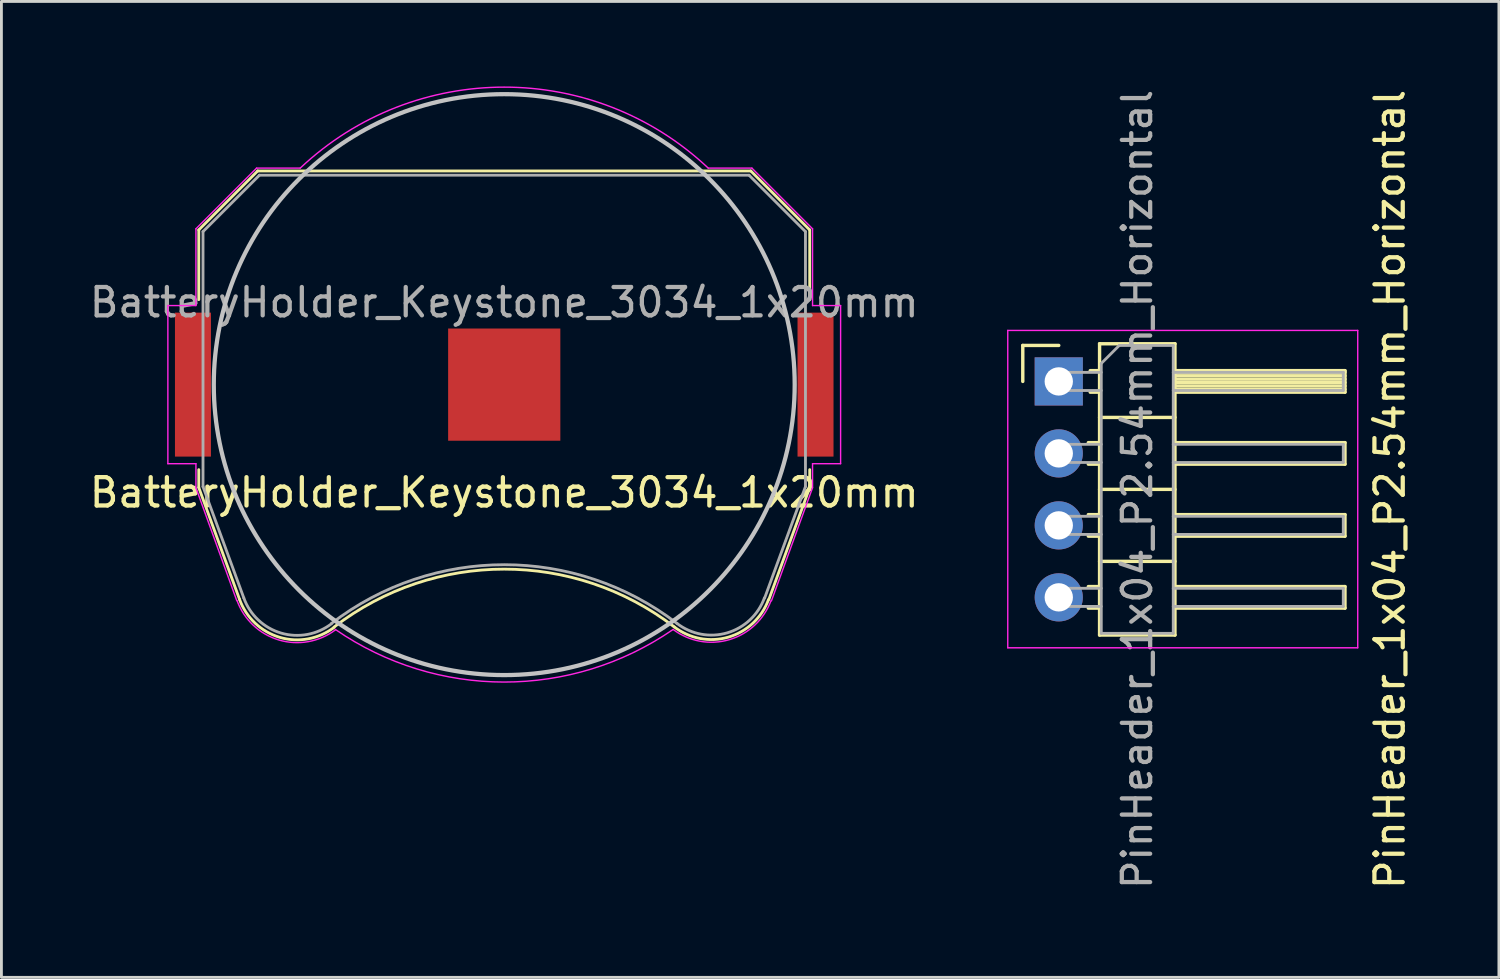
<source format=kicad_pcb>
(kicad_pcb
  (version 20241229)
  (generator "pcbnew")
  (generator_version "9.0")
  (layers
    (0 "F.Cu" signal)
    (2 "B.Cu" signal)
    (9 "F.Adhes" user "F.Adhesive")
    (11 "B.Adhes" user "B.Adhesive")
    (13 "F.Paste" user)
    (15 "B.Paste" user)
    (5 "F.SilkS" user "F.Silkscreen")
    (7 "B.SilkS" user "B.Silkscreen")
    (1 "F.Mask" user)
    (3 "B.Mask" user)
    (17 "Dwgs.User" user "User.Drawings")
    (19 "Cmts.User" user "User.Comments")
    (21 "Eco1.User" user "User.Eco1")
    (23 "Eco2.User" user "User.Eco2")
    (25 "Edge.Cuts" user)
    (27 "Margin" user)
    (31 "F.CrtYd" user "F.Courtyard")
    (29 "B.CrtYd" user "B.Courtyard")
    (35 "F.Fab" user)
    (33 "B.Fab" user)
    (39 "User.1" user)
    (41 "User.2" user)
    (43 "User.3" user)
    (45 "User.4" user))
  (footprint "BatteryHolder_Keystone_3034_1x20mm"
    (layer "F.Cu")
    (at 14.744 10.523)
    (property "Reference" "BatteryHolder_Keystone_3034_1x20mm" (at 0 3.81 0) (layer "F.SilkS") (effects (font (size 1 1) (thickness 0.15))))
    (attr smd)
    (fp_line (start -10.78 -5.46) (end -10.78 -3) (stroke (width 0.1) (type solid)) (layer "F.SilkS"))
    (fp_line (start -10.78 3) (end -10.78 3.63) (stroke (width 0.1) (type solid)) (layer "F.SilkS"))
    (fp_line (start -10.78 3.63) (end -9.34 7.58) (stroke (width 0.1) (type solid)) (layer "F.SilkS"))
    (fp_line (start -8.7 -7.54) (end -10.78 -5.46) (stroke (width 0.1) (type solid)) (layer "F.SilkS"))
    (fp_line (start 8.7 -7.54) (end -8.7 -7.54) (stroke (width 0.1) (type solid)) (layer "F.SilkS"))
    (fp_line (start 8.7 -7.54) (end 10.78 -5.46) (stroke (width 0.1) (type solid)) (layer "F.SilkS"))
    (fp_line (start 10.78 -5.46) (end 10.78 -3) (stroke (width 0.1) (type solid)) (layer "F.SilkS"))
    (fp_line (start 10.78 3) (end 10.78 3.63) (stroke (width 0.1) (type solid)) (layer "F.SilkS"))
    (fp_line (start 10.78 3.63) (end 9.34 7.58) (stroke (width 0.1) (type solid)) (layer "F.SilkS"))
    (fp_arc (start -6.0046 8.553536) (mid -0.002901 6.511341) (end 6 8.55) (stroke (width 0.1) (type solid)) (layer "F.SilkS"))
    (fp_arc (start -6.003354 8.56653) (mid -7.921654 8.918738) (end -9.34 7.58) (stroke (width 0.1) (type solid)) (layer "F.SilkS"))
    (fp_arc (start 9.325243 7.588169) (mid 7.90634 8.911668) (end 6 8.55) (stroke (width 0.1) (type solid)) (layer "F.SilkS"))
    (fp_circle (center 0 0) (end 0 10.25) (stroke (width 0.15) (type solid)) (fill no) (layer "Dwgs.User"))
    (fp_line (start -11.87 -2.79) (end -11.87 2.79) (stroke (width 0.05) (type solid)) (layer "F.CrtYd"))
    (fp_line (start -11.87 2.79) (end -10.88 2.79) (stroke (width 0.05) (type solid)) (layer "F.CrtYd"))
    (fp_line (start -10.88 -5.5) (end -10.88 -2.79) (stroke (width 0.05) (type solid)) (layer "F.CrtYd"))
    (fp_line (start -10.88 -2.79) (end -11.87 -2.79) (stroke (width 0.05) (type solid)) (layer "F.CrtYd"))
    (fp_line (start -10.88 2.79) (end -10.88 3.64) (stroke (width 0.05) (type solid)) (layer "F.CrtYd"))
    (fp_line (start -10.88 3.64) (end -9.44 7.62) (stroke (width 0.05) (type solid)) (layer "F.CrtYd"))
    (fp_line (start -8.74 -7.64) (end -10.88 -5.5) (stroke (width 0.05) (type solid)) (layer "F.CrtYd"))
    (fp_line (start -7.2 -7.64) (end -8.74 -7.64) (stroke (width 0.05) (type solid)) (layer "F.CrtYd"))
    (fp_line (start 8.74 -7.64) (end 7.2 -7.64) (stroke (width 0.05) (type solid)) (layer "F.CrtYd"))
    (fp_line (start 9.43 7.63) (end 10.88 3.64) (stroke (width 0.05) (type solid)) (layer "F.CrtYd"))
    (fp_line (start 10.88 -5.5) (end 8.74 -7.64) (stroke (width 0.05) (type solid)) (layer "F.CrtYd"))
    (fp_line (start 10.88 -2.79) (end 10.88 -5.5) (stroke (width 0.05) (type solid)) (layer "F.CrtYd"))
    (fp_line (start 10.88 2.79) (end 11.87 2.79) (stroke (width 0.05) (type solid)) (layer "F.CrtYd"))
    (fp_line (start 10.88 3.64) (end 10.88 2.79) (stroke (width 0.05) (type solid)) (layer "F.CrtYd"))
    (fp_line (start 11.87 -2.79) (end 10.88 -2.79) (stroke (width 0.05) (type solid)) (layer "F.CrtYd"))
    (fp_line (start 11.87 2.79) (end 11.87 -2.79) (stroke (width 0.05) (type solid)) (layer "F.CrtYd"))
    (fp_arc (start -7.199546 -7.640427) (mid 0.000312 -10.498075) (end 7.2 -7.64) (stroke (width 0.05) (type solid)) (layer "F.CrtYd"))
    (fp_arc (start -5.956965 8.654604) (mid -7.953941 9.011629) (end -9.43 7.62) (stroke (width 0.05) (type solid)) (layer "F.CrtYd"))
    (fp_arc (start 5.945368 8.650075) (mid -0.008883 10.496243) (end -5.96 8.64) (stroke (width 0.05) (type solid)) (layer "F.CrtYd"))
    (fp_arc (start 9.415144 7.621341) (mid 7.944017 9.000493) (end 5.96 8.64) (stroke (width 0.05) (type solid)) (layer "F.CrtYd"))
    (fp_line (start -10.63 -5.4) (end -8.64 -7.39) (stroke (width 0.1) (type solid)) (layer "F.Fab"))
    (fp_line (start -10.63 3.6) (end -10.63 -5.4) (stroke (width 0.1) (type solid)) (layer "F.Fab"))
    (fp_line (start -9.19 7.53) (end -10.63 3.6) (stroke (width 0.1) (type solid)) (layer "F.Fab"))
    (fp_line (start -8.64 -7.39) (end 8.64 -7.39) (stroke (width 0.1) (type solid)) (layer "F.Fab"))
    (fp_line (start 8.64 -7.39) (end 10.63 -5.4) (stroke (width 0.1) (type solid)) (layer "F.Fab"))
    (fp_line (start 10.63 -5.4) (end 10.63 3.6) (stroke (width 0.1) (type solid)) (layer "F.Fab"))
    (fp_line (start 10.63 3.6) (end 9.19 7.53) (stroke (width 0.1) (type solid)) (layer "F.Fab"))
    (fp_arc (start -6.096146 8.438508) (mid -7.87328 8.768206) (end -9.19 7.53) (stroke (width 0.1) (type solid)) (layer "F.Fab"))
    (fp_arc (start -6.094852 8.426043) (mid 0.003247 6.355257) (end 6.1 8.43) (stroke (width 0.1) (type solid)) (layer "F.Fab"))
    (fp_arc (start 9.180727 7.528882) (mid 7.868698 8.760067) (end 6.1 8.43) (stroke (width 0.1) (type solid)) (layer "F.Fab"))
    (fp_text user "${REFERENCE}" (at 0 -2.9 0) (layer "F.Fab") (effects (font (size 1 1) (thickness 0.15))))
    (pad "1" smd rect (at -10.985 0) (size 1.27 5.08) (layers "F.Cu" "F.Mask" "F.Paste"))
    (pad "1" smd rect (at 10.985 0) (size 1.27 5.08) (layers "F.Cu" "F.Mask" "F.Paste"))
    (pad "2" smd rect (at 0 0) (size 3.96 3.96) (layers "F.Cu" "F.Mask" "F.Paste")))
  (footprint "PinHeader_1x04_P2.54mm_Horizontal"
    (layer "F.Cu")
    (at 34.313 10.41)
    (property "Reference" "PinHeader_1x04_P2.54mm_Horizontal" (at 11.684 3.81 270) (layer "F.SilkS") (effects (font (size 1 1) (thickness 0.15))))
    (attr through_hole)
    (fp_line (start -1.27 -1.27) (end 0 -1.27) (stroke (width 0.12) (type solid)) (layer "F.SilkS"))
    (fp_line (start -1.27 0) (end -1.27 -1.27) (stroke (width 0.12) (type solid)) (layer "F.SilkS"))
    (fp_line (start 1.043 2.16) (end 1.44 2.16) (stroke (width 0.12) (type solid)) (layer "F.SilkS"))
    (fp_line (start 1.043 2.92) (end 1.44 2.92) (stroke (width 0.12) (type solid)) (layer "F.SilkS"))
    (fp_line (start 1.043 4.7) (end 1.44 4.7) (stroke (width 0.12) (type solid)) (layer "F.SilkS"))
    (fp_line (start 1.043 5.46) (end 1.44 5.46) (stroke (width 0.12) (type solid)) (layer "F.SilkS"))
    (fp_line (start 1.043 7.24) (end 1.44 7.24) (stroke (width 0.12) (type solid)) (layer "F.SilkS"))
    (fp_line (start 1.043 8) (end 1.44 8) (stroke (width 0.12) (type solid)) (layer "F.SilkS"))
    (fp_line (start 1.11 -0.38) (end 1.44 -0.38) (stroke (width 0.12) (type solid)) (layer "F.SilkS"))
    (fp_line (start 1.11 0.38) (end 1.44 0.38) (stroke (width 0.12) (type solid)) (layer "F.SilkS"))
    (fp_line (start 1.44 -1.33) (end 1.44 8.95) (stroke (width 0.12) (type solid)) (layer "F.SilkS"))
    (fp_line (start 1.44 1.27) (end 4.1 1.27) (stroke (width 0.12) (type solid)) (layer "F.SilkS"))
    (fp_line (start 1.44 3.81) (end 4.1 3.81) (stroke (width 0.12) (type solid)) (layer "F.SilkS"))
    (fp_line (start 1.44 6.35) (end 4.1 6.35) (stroke (width 0.12) (type solid)) (layer "F.SilkS"))
    (fp_line (start 1.44 8.95) (end 4.1 8.95) (stroke (width 0.12) (type solid)) (layer "F.SilkS"))
    (fp_line (start 4.1 -1.33) (end 1.44 -1.33) (stroke (width 0.12) (type solid)) (layer "F.SilkS"))
    (fp_line (start 4.1 -0.38) (end 10.1 -0.38) (stroke (width 0.12) (type solid)) (layer "F.SilkS"))
    (fp_line (start 4.1 -0.32) (end 10.1 -0.32) (stroke (width 0.12) (type solid)) (layer "F.SilkS"))
    (fp_line (start 4.1 -0.2) (end 10.1 -0.2) (stroke (width 0.12) (type solid)) (layer "F.SilkS"))
    (fp_line (start 4.1 -0.08) (end 10.1 -0.08) (stroke (width 0.12) (type solid)) (layer "F.SilkS"))
    (fp_line (start 4.1 0.04) (end 10.1 0.04) (stroke (width 0.12) (type solid)) (layer "F.SilkS"))
    (fp_line (start 4.1 0.16) (end 10.1 0.16) (stroke (width 0.12) (type solid)) (layer "F.SilkS"))
    (fp_line (start 4.1 0.28) (end 10.1 0.28) (stroke (width 0.12) (type solid)) (layer "F.SilkS"))
    (fp_line (start 4.1 2.16) (end 10.1 2.16) (stroke (width 0.12) (type solid)) (layer "F.SilkS"))
    (fp_line (start 4.1 4.7) (end 10.1 4.7) (stroke (width 0.12) (type solid)) (layer "F.SilkS"))
    (fp_line (start 4.1 7.24) (end 10.1 7.24) (stroke (width 0.12) (type solid)) (layer "F.SilkS"))
    (fp_line (start 4.1 8.95) (end 4.1 -1.33) (stroke (width 0.12) (type solid)) (layer "F.SilkS"))
    (fp_line (start 10.1 -0.38) (end 10.1 0.38) (stroke (width 0.12) (type solid)) (layer "F.SilkS"))
    (fp_line (start 10.1 0.38) (end 4.1 0.38) (stroke (width 0.12) (type solid)) (layer "F.SilkS"))
    (fp_line (start 10.1 2.16) (end 10.1 2.92) (stroke (width 0.12) (type solid)) (layer "F.SilkS"))
    (fp_line (start 10.1 2.92) (end 4.1 2.92) (stroke (width 0.12) (type solid)) (layer "F.SilkS"))
    (fp_line (start 10.1 4.7) (end 10.1 5.46) (stroke (width 0.12) (type solid)) (layer "F.SilkS"))
    (fp_line (start 10.1 5.46) (end 4.1 5.46) (stroke (width 0.12) (type solid)) (layer "F.SilkS"))
    (fp_line (start 10.1 7.24) (end 10.1 8) (stroke (width 0.12) (type solid)) (layer "F.SilkS"))
    (fp_line (start 10.1 8) (end 4.1 8) (stroke (width 0.12) (type solid)) (layer "F.SilkS"))
    (fp_line (start -1.8 -1.8) (end -1.8 9.4) (stroke (width 0.05) (type solid)) (layer "F.CrtYd"))
    (fp_line (start -1.8 9.4) (end 10.55 9.4) (stroke (width 0.05) (type solid)) (layer "F.CrtYd"))
    (fp_line (start 10.55 -1.8) (end -1.8 -1.8) (stroke (width 0.05) (type solid)) (layer "F.CrtYd"))
    (fp_line (start 10.55 9.4) (end 10.55 -1.8) (stroke (width 0.05) (type solid)) (layer "F.CrtYd"))
    (fp_line (start -0.32 -0.32) (end -0.32 0.32) (stroke (width 0.1) (type solid)) (layer "F.Fab"))
    (fp_line (start -0.32 -0.32) (end 1.5 -0.32) (stroke (width 0.1) (type solid)) (layer "F.Fab"))
    (fp_line (start -0.32 0.32) (end 1.5 0.32) (stroke (width 0.1) (type solid)) (layer "F.Fab"))
    (fp_line (start -0.32 2.22) (end -0.32 2.86) (stroke (width 0.1) (type solid)) (layer "F.Fab"))
    (fp_line (start -0.32 2.22) (end 1.5 2.22) (stroke (width 0.1) (type solid)) (layer "F.Fab"))
    (fp_line (start -0.32 2.86) (end 1.5 2.86) (stroke (width 0.1) (type solid)) (layer "F.Fab"))
    (fp_line (start -0.32 4.76) (end -0.32 5.4) (stroke (width 0.1) (type solid)) (layer "F.Fab"))
    (fp_line (start -0.32 4.76) (end 1.5 4.76) (stroke (width 0.1) (type solid)) (layer "F.Fab"))
    (fp_line (start -0.32 5.4) (end 1.5 5.4) (stroke (width 0.1) (type solid)) (layer "F.Fab"))
    (fp_line (start -0.32 7.3) (end -0.32 7.94) (stroke (width 0.1) (type solid)) (layer "F.Fab"))
    (fp_line (start -0.32 7.3) (end 1.5 7.3) (stroke (width 0.1) (type solid)) (layer "F.Fab"))
    (fp_line (start -0.32 7.94) (end 1.5 7.94) (stroke (width 0.1) (type solid)) (layer "F.Fab"))
    (fp_line (start 1.5 -0.635) (end 2.135 -1.27) (stroke (width 0.1) (type solid)) (layer "F.Fab"))
    (fp_line (start 1.5 8.89) (end 1.5 -0.635) (stroke (width 0.1) (type solid)) (layer "F.Fab"))
    (fp_line (start 2.135 -1.27) (end 4.04 -1.27) (stroke (width 0.1) (type solid)) (layer "F.Fab"))
    (fp_line (start 4.04 -1.27) (end 4.04 8.89) (stroke (width 0.1) (type solid)) (layer "F.Fab"))
    (fp_line (start 4.04 -0.32) (end 10.04 -0.32) (stroke (width 0.1) (type solid)) (layer "F.Fab"))
    (fp_line (start 4.04 0.32) (end 10.04 0.32) (stroke (width 0.1) (type solid)) (layer "F.Fab"))
    (fp_line (start 4.04 2.22) (end 10.04 2.22) (stroke (width 0.1) (type solid)) (layer "F.Fab"))
    (fp_line (start 4.04 2.86) (end 10.04 2.86) (stroke (width 0.1) (type solid)) (layer "F.Fab"))
    (fp_line (start 4.04 4.76) (end 10.04 4.76) (stroke (width 0.1) (type solid)) (layer "F.Fab"))
    (fp_line (start 4.04 5.4) (end 10.04 5.4) (stroke (width 0.1) (type solid)) (layer "F.Fab"))
    (fp_line (start 4.04 7.3) (end 10.04 7.3) (stroke (width 0.1) (type solid)) (layer "F.Fab"))
    (fp_line (start 4.04 7.94) (end 10.04 7.94) (stroke (width 0.1) (type solid)) (layer "F.Fab"))
    (fp_line (start 4.04 8.89) (end 1.5 8.89) (stroke (width 0.1) (type solid)) (layer "F.Fab"))
    (fp_line (start 10.04 -0.32) (end 10.04 0.32) (stroke (width 0.1) (type solid)) (layer "F.Fab"))
    (fp_line (start 10.04 2.22) (end 10.04 2.86) (stroke (width 0.1) (type solid)) (layer "F.Fab"))
    (fp_line (start 10.04 4.76) (end 10.04 5.4) (stroke (width 0.1) (type solid)) (layer "F.Fab"))
    (fp_line (start 10.04 7.3) (end 10.04 7.94) (stroke (width 0.1) (type solid)) (layer "F.Fab"))
    (fp_text user "${REFERENCE}" (at 2.77 3.81 90) (layer "F.Fab") (effects (font (size 1 1) (thickness 0.15))))
    (pad "1" thru_hole rect (at 0 0) (size 1.7 1.7) (drill 1) (layers "*.Cu" "*.Mask"))
    (pad "2" thru_hole oval (at 0 2.54) (size 1.7 1.7) (drill 1) (layers "*.Cu" "*.Mask"))
    (pad "3" thru_hole oval (at 0 5.08) (size 1.7 1.7) (drill 1) (layers "*.Cu" "*.Mask"))
    (pad "4" thru_hole oval (at 0 7.62) (size 1.7 1.7) (drill 1) (layers "*.Cu" "*.Mask")))
  (gr_rect
    (start -3 -3)
    (end 49.845 31.44)
    (stroke (width 0.1) (type default))
    (fill no)
    (layer "Edge.Cuts")))
</source>
